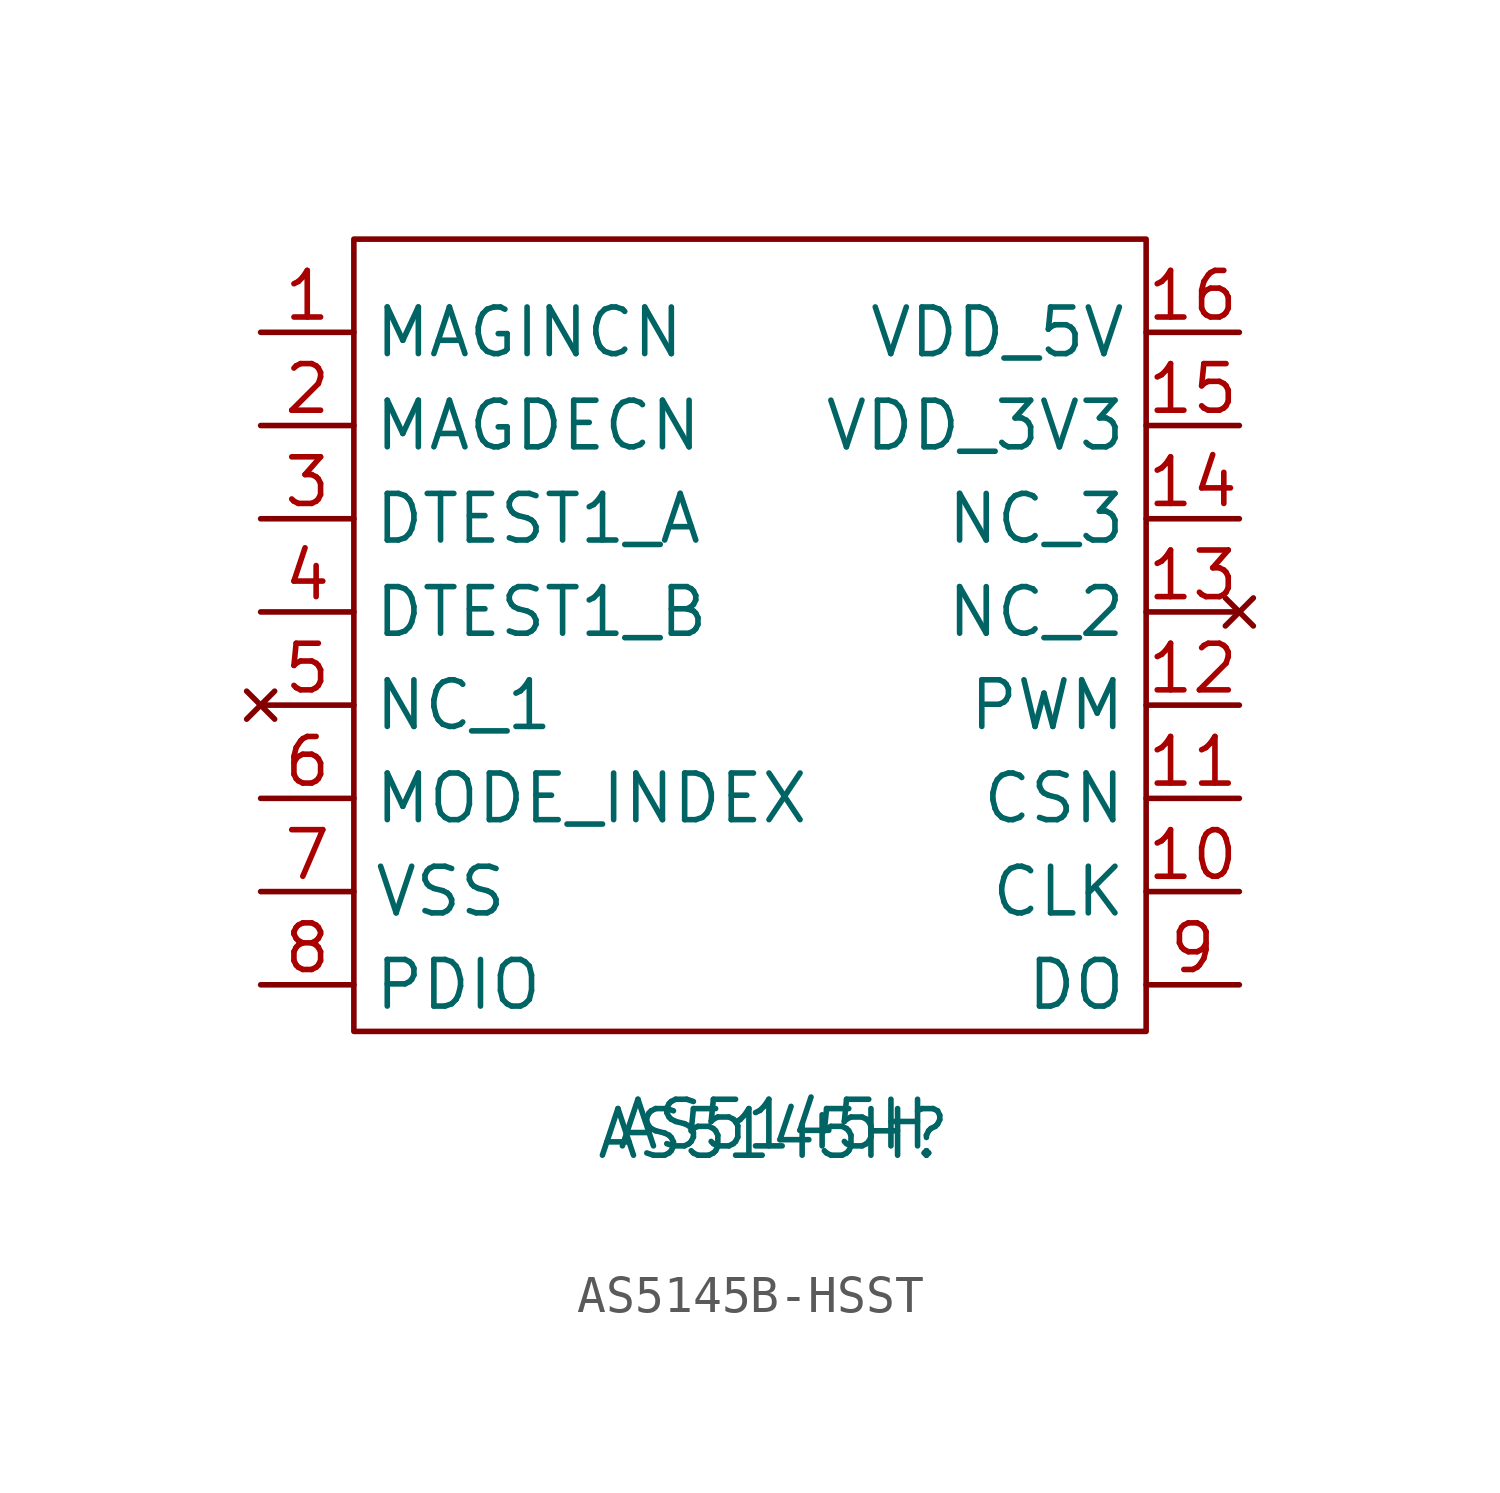
<source format=kicad_sym>
(kicad_symbol_lib
  (version 20241209)
  (generator "kicad_symbol_editor")
  (generator_version "9.0")
  (symbol "AS5145B-HSST"
    (property "Reference" "AS5145H"
      (at 0 -0.254 0)
      (effects (font (size 1.27 1.27))))
    (property "Value" "AS5145H"
      (at 0 0 0)
      (effects (font (size 1.27 1.27))))
    (symbol "AS5145B-HSST_0_1"
      (rectangle (start -11.43 24.13) (end 10.16 2.54) (stroke (width 0) (type default)) (fill (type none))))
    (symbol "AS5145B-HSST_1_1"
      (pin output line (at -13.97 21.59 0) (length 2.54) (name "MAGINCN" (effects (font (size 1.27 1.27)))) (number "1" (effects (font (size 1.27 1.27)))))
      (pin output line (at -13.97 19.05 0) (length 2.54) (name "MAGDECN" (effects (font (size 1.27 1.27)))) (number "2" (effects (font (size 1.27 1.27)))))
      (pin output line (at -13.97 16.51 0) (length 2.54) (name "DTEST1_A" (effects (font (size 1.27 1.27)))) (number "3" (effects (font (size 1.27 1.27)))))
      (pin output line (at -13.97 13.97 0) (length 2.54) (name "DTEST1_B" (effects (font (size 1.27 1.27)))) (number "4" (effects (font (size 1.27 1.27)))))
      (pin no_connect line (at -13.97 11.43 0) (length 2.54) (name "NC_1" (effects (font (size 1.27 1.27)))) (number "5" (effects (font (size 1.27 1.27)))))
      (pin output line (at -13.97 8.89 0) (length 2.54) (name "MODE_INDEX" (effects (font (size 1.27 1.27)))) (number "6" (effects (font (size 1.27 1.27)))))
      (pin input line (at -13.97 6.35 0) (length 2.54) (name "VSS" (effects (font (size 1.27 1.27)))) (number "7" (effects (font (size 1.27 1.27)))))
      (pin bidirectional line (at -13.97 3.81 0) (length 2.54) (name "PDIO" (effects (font (size 1.27 1.27)))) (number "8" (effects (font (size 1.27 1.27)))))
      (pin input line (at 12.7 21.59 180) (length 2.54) (name "VDD_5V" (effects (font (size 1.27 1.27)))) (number "16" (effects (font (size 1.27 1.27)))))
      (pin input line (at 12.7 19.05 180) (length 2.54) (name "VDD_3V3" (effects (font (size 1.27 1.27)))) (number "15" (effects (font (size 1.27 1.27)))))
      (pin input line (at 12.7 16.51 180) (length 2.54) (name "NC_3" (effects (font (size 1.27 1.27)))) (number "14" (effects (font (size 1.27 1.27)))))
      (pin no_connect line (at 12.7 13.97 180) (length 2.54) (name "NC_2" (effects (font (size 1.27 1.27)))) (number "13" (effects (font (size 1.27 1.27)))))
      (pin output line (at 12.7 11.43 180) (length 2.54) (name "PWM" (effects (font (size 1.27 1.27)))) (number "12" (effects (font (size 1.27 1.27)))))
      (pin input line (at 12.7 8.89 180) (length 2.54) (name "CSN" (effects (font (size 1.27 1.27)))) (number "11" (effects (font (size 1.27 1.27)))))
      (pin input line (at 12.7 6.35 180) (length 2.54) (name "CLK" (effects (font (size 1.27 1.27)))) (number "10" (effects (font (size 1.27 1.27)))))
      (pin output line (at 12.7 3.81 180) (length 2.54) (name "DO" (effects (font (size 1.27 1.27)))) (number "9" (effects (font (size 1.27 1.27))))))))
</source>
